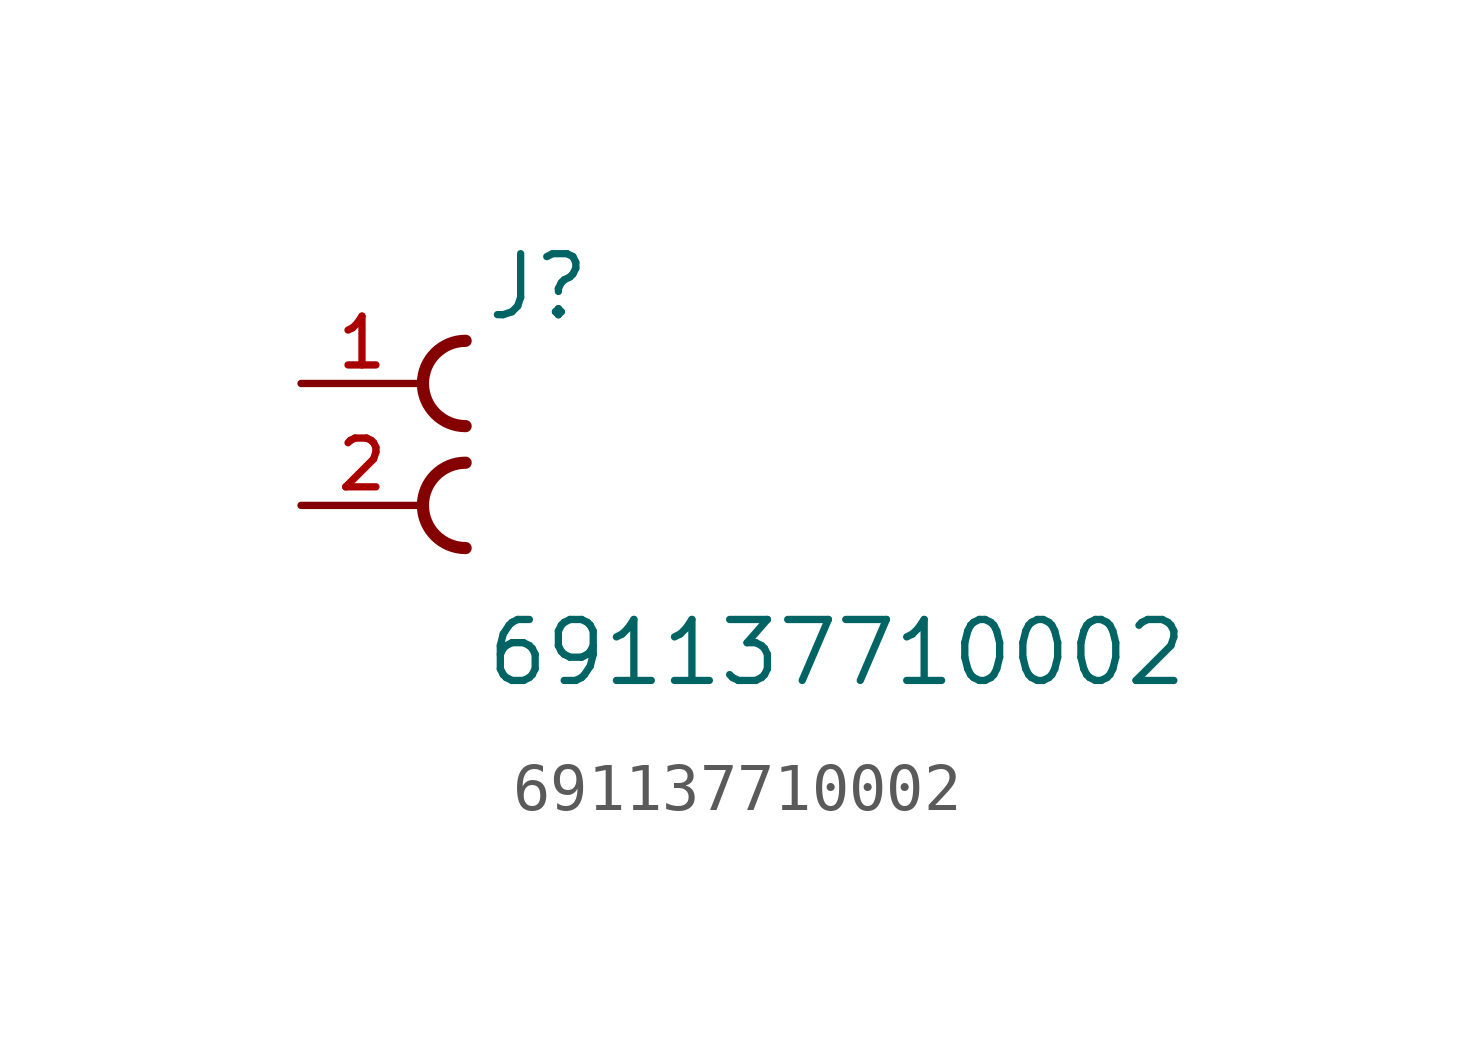
<source format=kicad_sym>
(kicad_symbol_lib
  (version 20211014)
  (generator kicad_symbol_editor)
  (symbol "691137710002"
    (pin_names
      (offset 1.016))
    (property "Reference" "J"
      (at -1.27 3.81 0)
      (effects (font (size 1.27 1.27)) (justify bottom left)))
    (property "Value" "691137710002"
      (at -1.27 -3.81 0)
      (effects (font (size 1.27 1.27)) (justify bottom left)))
    (symbol "691137710002_0_0"
      (arc (start -1.651 1.651) (mid -2.54 2.54) (end -1.651 3.429) (stroke (width 0.254) (type default) (color 0 0 0 0)) (fill (type none)))
      (arc (start -1.651 -0.889) (mid -2.54 0.0) (end -1.651 0.889) (stroke (width 0.254) (type default) (color 0 0 0 0)) (fill (type none)))
      (pin passive line (at -5.08 2.54 0) (length 2.54) (name "~" (effects (font (size 1.016 1.016)))) (number "1" (effects (font (size 1.016 1.016)))))
      (pin passive line (at -5.08 0.0 0) (length 2.54) (name "~" (effects (font (size 1.016 1.016)))) (number "2" (effects (font (size 1.016 1.016))))))))
</source>
